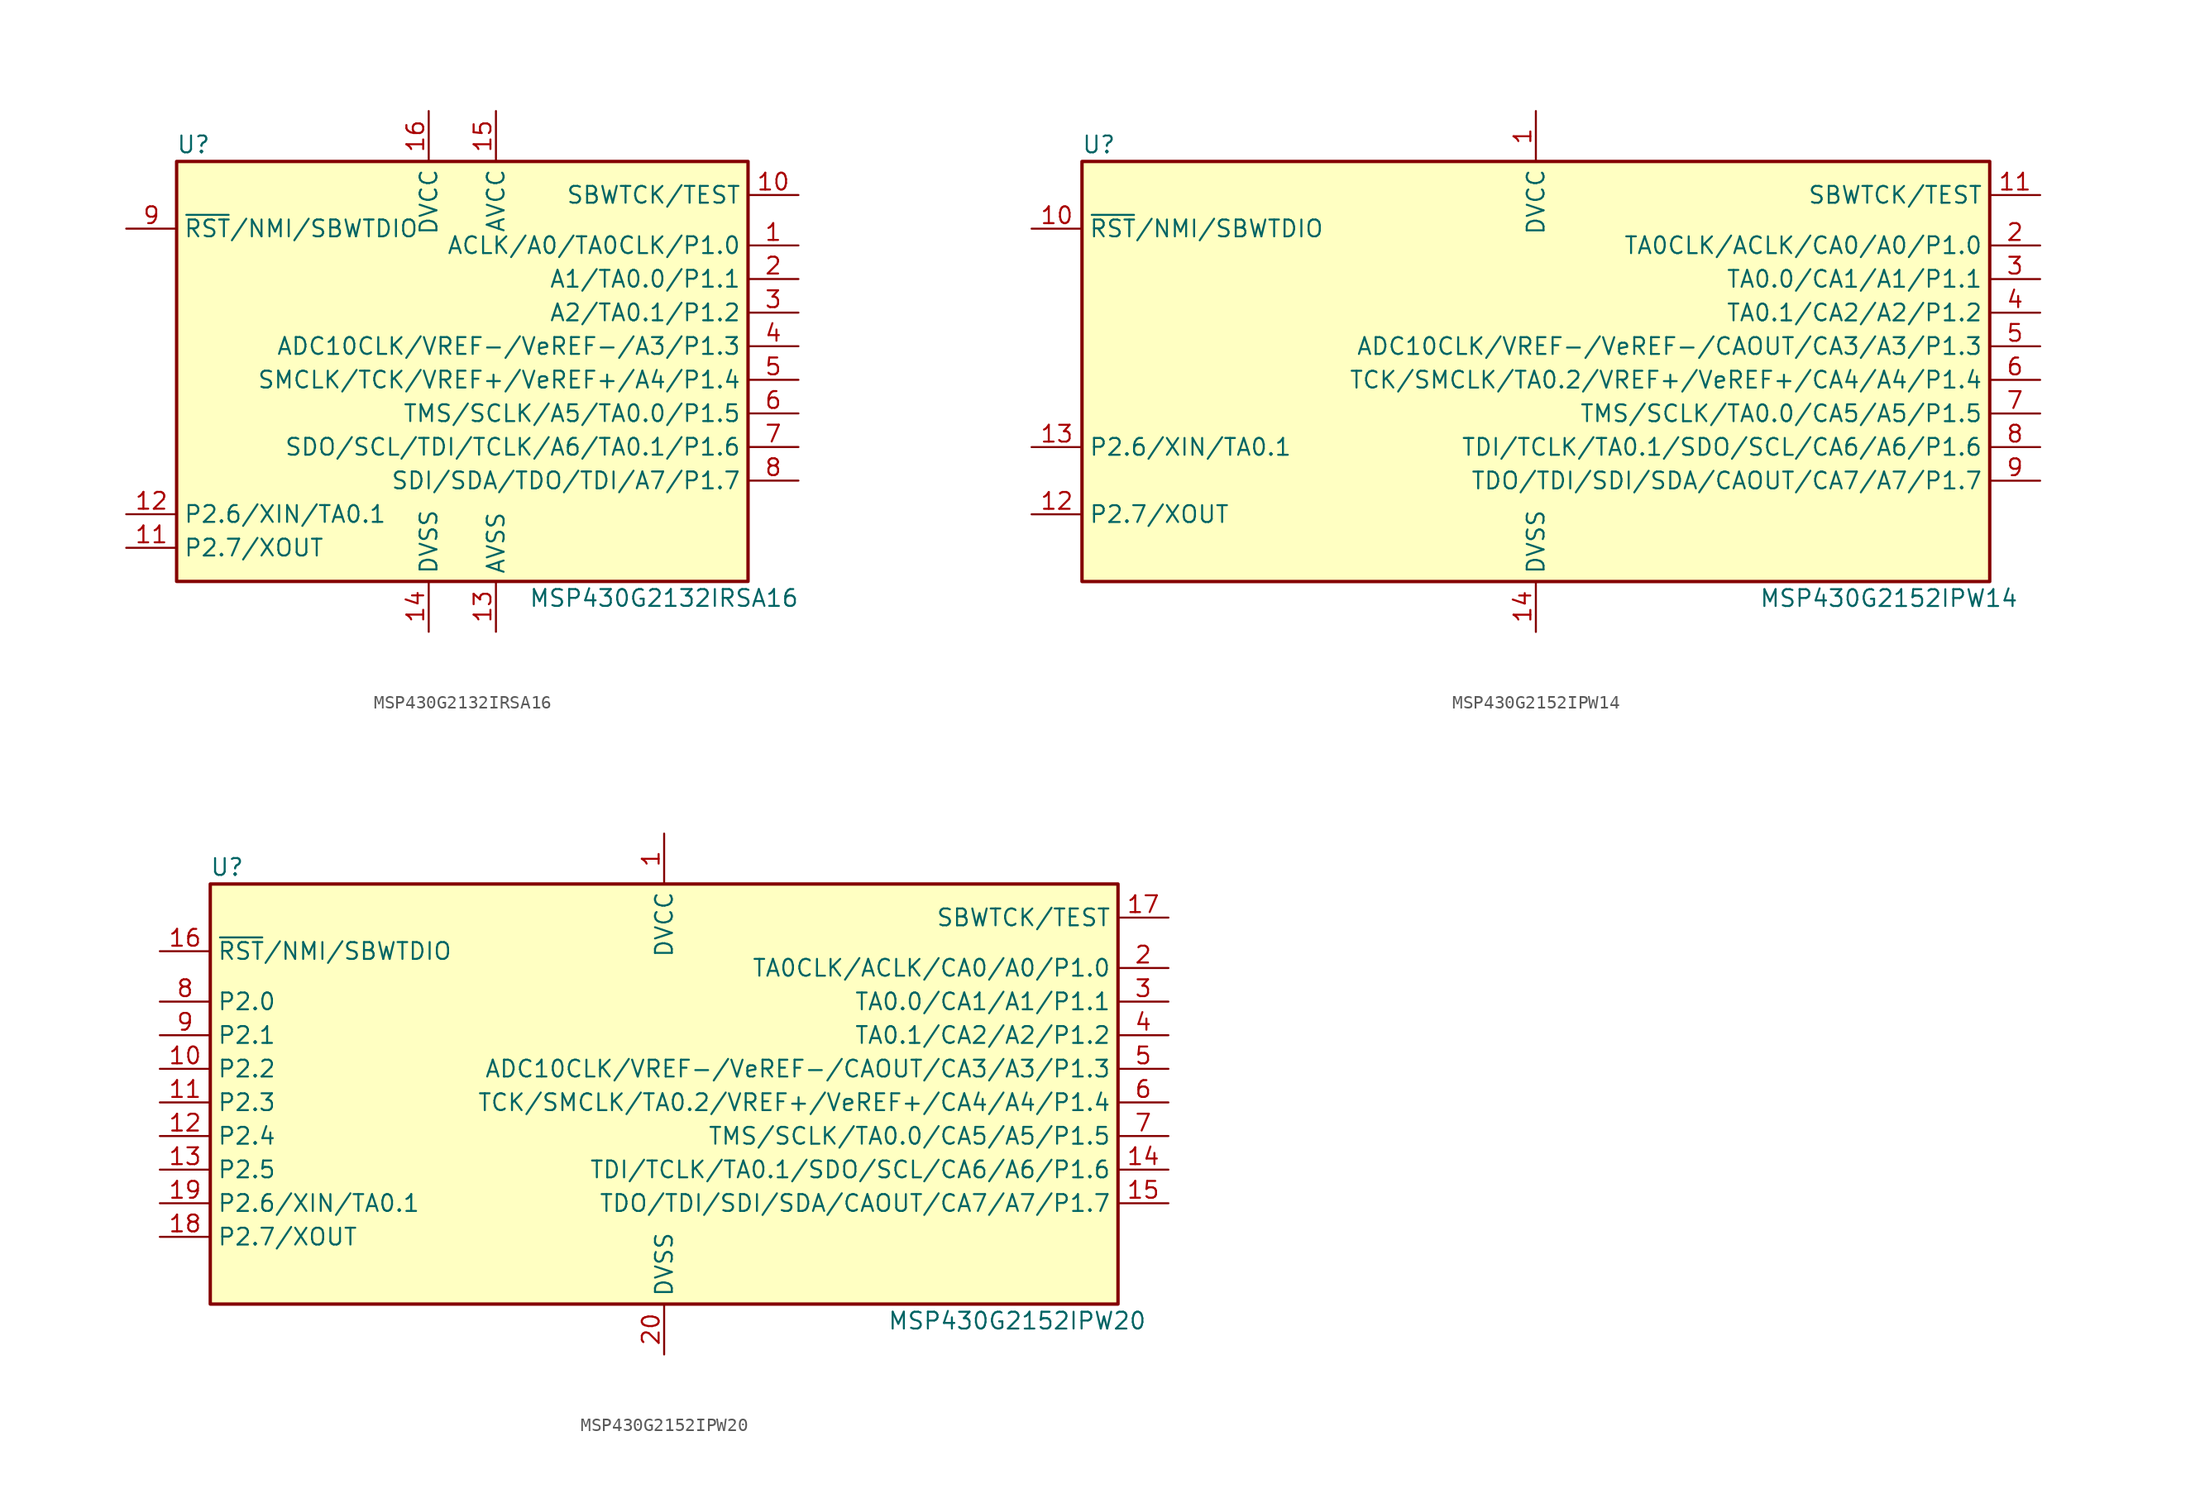
<source format=kicad_sym>
(kicad_symbol_lib
  (version 20201005)
  (generator kicad_symbol_editor)
  (symbol "MSP430G2132IRSA16"
    (property "Reference" "U"
      (at -20.32 17.78 0)
      (effects (font (size 1.27 1.27))))
    (property "Value" "MSP430G2132IRSA16"
      (at 15.24 -16.51 0)
      (effects (font (size 1.27 1.27))))
    (symbol "MSP430G2132IRSA16_0_1"
      (rectangle (start -21.59 16.51) (end 21.59 -15.24) (stroke (width 0.254)) (fill (type background))))
    (symbol "MSP430G2132IRSA16_1_1"
      (pin bidirectional line (at 25.4 10.16 180) (length 3.81) (name "ACLK/A0/TA0CLK/P1.0" (effects (font (size 1.27 1.27)))) (number "1" (effects (font (size 1.27 1.27)))))
      (pin input line (at 25.4 13.97 180) (length 3.81) (name "SBWTCK/TEST" (effects (font (size 1.27 1.27)))) (number "10" (effects (font (size 1.27 1.27)))))
      (pin bidirectional line (at -25.4 -12.7 0) (length 3.81) (name "P2.7/XOUT" (effects (font (size 1.27 1.27)))) (number "11" (effects (font (size 1.27 1.27)))))
      (pin bidirectional line (at -25.4 -10.16 0) (length 3.81) (name "P2.6/XIN/TA0.1" (effects (font (size 1.27 1.27)))) (number "12" (effects (font (size 1.27 1.27)))))
      (pin power_in line (at 2.54 -19.05 90) (length 3.81) (name "AVSS" (effects (font (size 1.27 1.27)))) (number "13" (effects (font (size 1.27 1.27)))))
      (pin power_in line (at -2.54 -19.05 90) (length 3.81) (name "DVSS" (effects (font (size 1.27 1.27)))) (number "14" (effects (font (size 1.27 1.27)))))
      (pin power_in line (at 2.54 20.32 270) (length 3.81) (name "AVCC" (effects (font (size 1.27 1.27)))) (number "15" (effects (font (size 1.27 1.27)))))
      (pin power_in line (at -2.54 20.32 270) (length 3.81) (name "DVCC" (effects (font (size 1.27 1.27)))) (number "16" (effects (font (size 1.27 1.27)))))
      (pin bidirectional line (at 25.4 7.62 180) (length 3.81) (name "A1/TA0.0/P1.1" (effects (font (size 1.27 1.27)))) (number "2" (effects (font (size 1.27 1.27)))))
      (pin bidirectional line (at 25.4 5.08 180) (length 3.81) (name "A2/TA0.1/P1.2" (effects (font (size 1.27 1.27)))) (number "3" (effects (font (size 1.27 1.27)))))
      (pin bidirectional line (at 25.4 2.54 180) (length 3.81) (name "ADC10CLK/VREF-/VeREF-/A3/P1.3" (effects (font (size 1.27 1.27)))) (number "4" (effects (font (size 1.27 1.27)))))
      (pin bidirectional line (at 25.4 0 180) (length 3.81) (name "SMCLK/TCK/VREF+/VeREF+/A4/P1.4" (effects (font (size 1.27 1.27)))) (number "5" (effects (font (size 1.27 1.27)))))
      (pin bidirectional line (at 25.4 -2.54 180) (length 3.81) (name "TMS/SCLK/A5/TA0.0/P1.5" (effects (font (size 1.27 1.27)))) (number "6" (effects (font (size 1.27 1.27)))))
      (pin bidirectional line (at 25.4 -5.08 180) (length 3.81) (name "SDO/SCL/TDI/TCLK/A6/TA0.1/P1.6" (effects (font (size 1.27 1.27)))) (number "7" (effects (font (size 1.27 1.27)))))
      (pin bidirectional line (at 25.4 -7.62 180) (length 3.81) (name "SDI/SDA/TDO/TDI/A7/P1.7" (effects (font (size 1.27 1.27)))) (number "8" (effects (font (size 1.27 1.27)))))
      (pin input line (at -25.4 11.43 0) (length 3.81) (name "~RST~/NMI/SBWTDIO" (effects (font (size 1.27 1.27)))) (number "9" (effects (font (size 1.27 1.27)))))))
  (symbol "MSP430G2152IPW14"
    (property "Reference" "U"
      (at -33.02 17.78 0)
      (effects (font (size 1.27 1.27))))
    (property "Value" "MSP430G2152IPW14"
      (at 26.67 -16.51 0)
      (effects (font (size 1.27 1.27))))
    (symbol "MSP430G2152IPW14_0_1"
      (rectangle (start -34.29 16.51) (end 34.29 -15.24) (stroke (width 0.254)) (fill (type background))))
    (symbol "MSP430G2152IPW14_1_1"
      (pin power_in line (at 0 20.32 270) (length 3.81) (name "DVCC" (effects (font (size 1.27 1.27)))) (number "1" (effects (font (size 1.27 1.27)))))
      (pin input line (at -38.1 11.43 0) (length 3.81) (name "~RST~/NMI/SBWTDIO" (effects (font (size 1.27 1.27)))) (number "10" (effects (font (size 1.27 1.27)))))
      (pin input line (at 38.1 13.97 180) (length 3.81) (name "SBWTCK/TEST" (effects (font (size 1.27 1.27)))) (number "11" (effects (font (size 1.27 1.27)))))
      (pin bidirectional line (at -38.1 -10.16 0) (length 3.81) (name "P2.7/XOUT" (effects (font (size 1.27 1.27)))) (number "12" (effects (font (size 1.27 1.27)))))
      (pin bidirectional line (at -38.1 -5.08 0) (length 3.81) (name "P2.6/XIN/TA0.1" (effects (font (size 1.27 1.27)))) (number "13" (effects (font (size 1.27 1.27)))))
      (pin power_in line (at 0 -19.05 90) (length 3.81) (name "DVSS" (effects (font (size 1.27 1.27)))) (number "14" (effects (font (size 1.27 1.27)))))
      (pin bidirectional line (at 38.1 10.16 180) (length 3.81) (name "TA0CLK/ACLK/CA0/A0/P1.0" (effects (font (size 1.27 1.27)))) (number "2" (effects (font (size 1.27 1.27)))))
      (pin bidirectional line (at 38.1 7.62 180) (length 3.81) (name "TA0.0/CA1/A1/P1.1" (effects (font (size 1.27 1.27)))) (number "3" (effects (font (size 1.27 1.27)))))
      (pin bidirectional line (at 38.1 5.08 180) (length 3.81) (name "TA0.1/CA2/A2/P1.2" (effects (font (size 1.27 1.27)))) (number "4" (effects (font (size 1.27 1.27)))))
      (pin bidirectional line (at 38.1 2.54 180) (length 3.81) (name "ADC10CLK/VREF-/VeREF-/CAOUT/CA3/A3/P1.3" (effects (font (size 1.27 1.27)))) (number "5" (effects (font (size 1.27 1.27)))))
      (pin bidirectional line (at 38.1 0 180) (length 3.81) (name "TCK/SMCLK/TA0.2/VREF+/VeREF+/CA4/A4/P1.4" (effects (font (size 1.27 1.27)))) (number "6" (effects (font (size 1.27 1.27)))))
      (pin bidirectional line (at 38.1 -2.54 180) (length 3.81) (name "TMS/SCLK/TA0.0/CA5/A5/P1.5" (effects (font (size 1.27 1.27)))) (number "7" (effects (font (size 1.27 1.27)))))
      (pin bidirectional line (at 38.1 -5.08 180) (length 3.81) (name "TDI/TCLK/TA0.1/SDO/SCL/CA6/A6/P1.6" (effects (font (size 1.27 1.27)))) (number "8" (effects (font (size 1.27 1.27)))))
      (pin bidirectional line (at 38.1 -7.62 180) (length 3.81) (name "TDO/TDI/SDI/SDA/CAOUT/CA7/A7/P1.7" (effects (font (size 1.27 1.27)))) (number "9" (effects (font (size 1.27 1.27)))))))
  (symbol "MSP430G2152IPW20"
    (property "Reference" "U"
      (at -33.02 17.78 0)
      (effects (font (size 1.27 1.27))))
    (property "Value" "MSP430G2152IPW20"
      (at 26.67 -16.51 0)
      (effects (font (size 1.27 1.27))))
    (symbol "MSP430G2152IPW20_0_1"
      (rectangle (start -34.29 16.51) (end 34.29 -15.24) (stroke (width 0.254)) (fill (type background))))
    (symbol "MSP430G2152IPW20_1_1"
      (pin power_in line (at 0 20.32 270) (length 3.81) (name "DVCC" (effects (font (size 1.27 1.27)))) (number "1" (effects (font (size 1.27 1.27)))))
      (pin bidirectional line (at -38.1 2.54 0) (length 3.81) (name "P2.2" (effects (font (size 1.27 1.27)))) (number "10" (effects (font (size 1.27 1.27)))))
      (pin bidirectional line (at -38.1 0 0) (length 3.81) (name "P2.3" (effects (font (size 1.27 1.27)))) (number "11" (effects (font (size 1.27 1.27)))))
      (pin bidirectional line (at -38.1 -2.54 0) (length 3.81) (name "P2.4" (effects (font (size 1.27 1.27)))) (number "12" (effects (font (size 1.27 1.27)))))
      (pin bidirectional line (at -38.1 -5.08 0) (length 3.81) (name "P2.5" (effects (font (size 1.27 1.27)))) (number "13" (effects (font (size 1.27 1.27)))))
      (pin bidirectional line (at 38.1 -5.08 180) (length 3.81) (name "TDI/TCLK/TA0.1/SDO/SCL/CA6/A6/P1.6" (effects (font (size 1.27 1.27)))) (number "14" (effects (font (size 1.27 1.27)))))
      (pin bidirectional line (at 38.1 -7.62 180) (length 3.81) (name "TDO/TDI/SDI/SDA/CAOUT/CA7/A7/P1.7" (effects (font (size 1.27 1.27)))) (number "15" (effects (font (size 1.27 1.27)))))
      (pin input line (at -38.1 11.43 0) (length 3.81) (name "~RST~/NMI/SBWTDIO" (effects (font (size 1.27 1.27)))) (number "16" (effects (font (size 1.27 1.27)))))
      (pin input line (at 38.1 13.97 180) (length 3.81) (name "SBWTCK/TEST" (effects (font (size 1.27 1.27)))) (number "17" (effects (font (size 1.27 1.27)))))
      (pin bidirectional line (at -38.1 -10.16 0) (length 3.81) (name "P2.7/XOUT" (effects (font (size 1.27 1.27)))) (number "18" (effects (font (size 1.27 1.27)))))
      (pin bidirectional line (at -38.1 -7.62 0) (length 3.81) (name "P2.6/XIN/TA0.1" (effects (font (size 1.27 1.27)))) (number "19" (effects (font (size 1.27 1.27)))))
      (pin bidirectional line (at 38.1 10.16 180) (length 3.81) (name "TA0CLK/ACLK/CA0/A0/P1.0" (effects (font (size 1.27 1.27)))) (number "2" (effects (font (size 1.27 1.27)))))
      (pin power_in line (at 0 -19.05 90) (length 3.81) (name "DVSS" (effects (font (size 1.27 1.27)))) (number "20" (effects (font (size 1.27 1.27)))))
      (pin bidirectional line (at 38.1 7.62 180) (length 3.81) (name "TA0.0/CA1/A1/P1.1" (effects (font (size 1.27 1.27)))) (number "3" (effects (font (size 1.27 1.27)))))
      (pin bidirectional line (at 38.1 5.08 180) (length 3.81) (name "TA0.1/CA2/A2/P1.2" (effects (font (size 1.27 1.27)))) (number "4" (effects (font (size 1.27 1.27)))))
      (pin bidirectional line (at 38.1 2.54 180) (length 3.81) (name "ADC10CLK/VREF-/VeREF-/CAOUT/CA3/A3/P1.3" (effects (font (size 1.27 1.27)))) (number "5" (effects (font (size 1.27 1.27)))))
      (pin bidirectional line (at 38.1 0 180) (length 3.81) (name "TCK/SMCLK/TA0.2/VREF+/VeREF+/CA4/A4/P1.4" (effects (font (size 1.27 1.27)))) (number "6" (effects (font (size 1.27 1.27)))))
      (pin bidirectional line (at 38.1 -2.54 180) (length 3.81) (name "TMS/SCLK/TA0.0/CA5/A5/P1.5" (effects (font (size 1.27 1.27)))) (number "7" (effects (font (size 1.27 1.27)))))
      (pin bidirectional line (at -38.1 7.62 0) (length 3.81) (name "P2.0" (effects (font (size 1.27 1.27)))) (number "8" (effects (font (size 1.27 1.27)))))
      (pin bidirectional line (at -38.1 5.08 0) (length 3.81) (name "P2.1" (effects (font (size 1.27 1.27)))) (number "9" (effects (font (size 1.27 1.27))))))))
</source>
